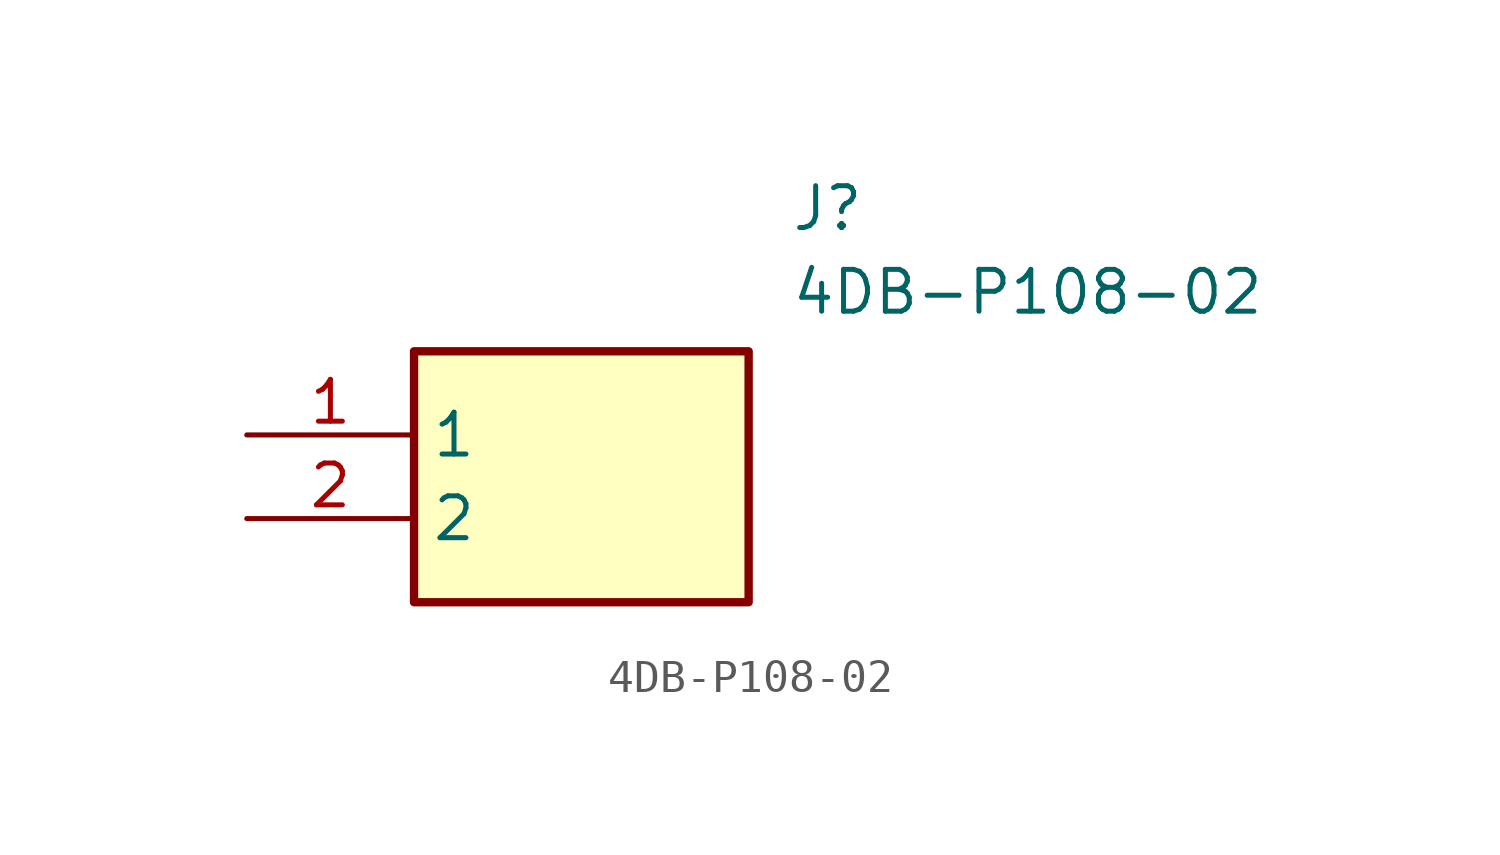
<source format=kicad_sym>
(kicad_symbol_lib
  (version 20211014)
  (generator SamacSys_ECAD_Model)
  (symbol "4DB-P108-02"
    (property "Reference" "J"
      (at 16.51 7.62 0)
      (effects (font (size 1.27 1.27)) (justify left top)))
    (property "Value" "4DB-P108-02"
      (at 16.51 5.08 0)
      (effects (font (size 1.27 1.27)) (justify left top)))
    (rectangle
      (start 5.08 2.54)
      (end 15.24 -5.08)
      (stroke (width 0.254) (type default))
      (fill (type background)))
    (pin passive line
      (at 0 0 0)
      (length 5.08)
      (name "1" (effects (font (size 1.27 1.27))))
      (number "1" (effects (font (size 1.27 1.27)))))
    (pin passive line
      (at 0 -2.54 0)
      (length 5.08)
      (name "2" (effects (font (size 1.27 1.27))))
      (number "2" (effects (font (size 1.27 1.27)))))))
</source>
